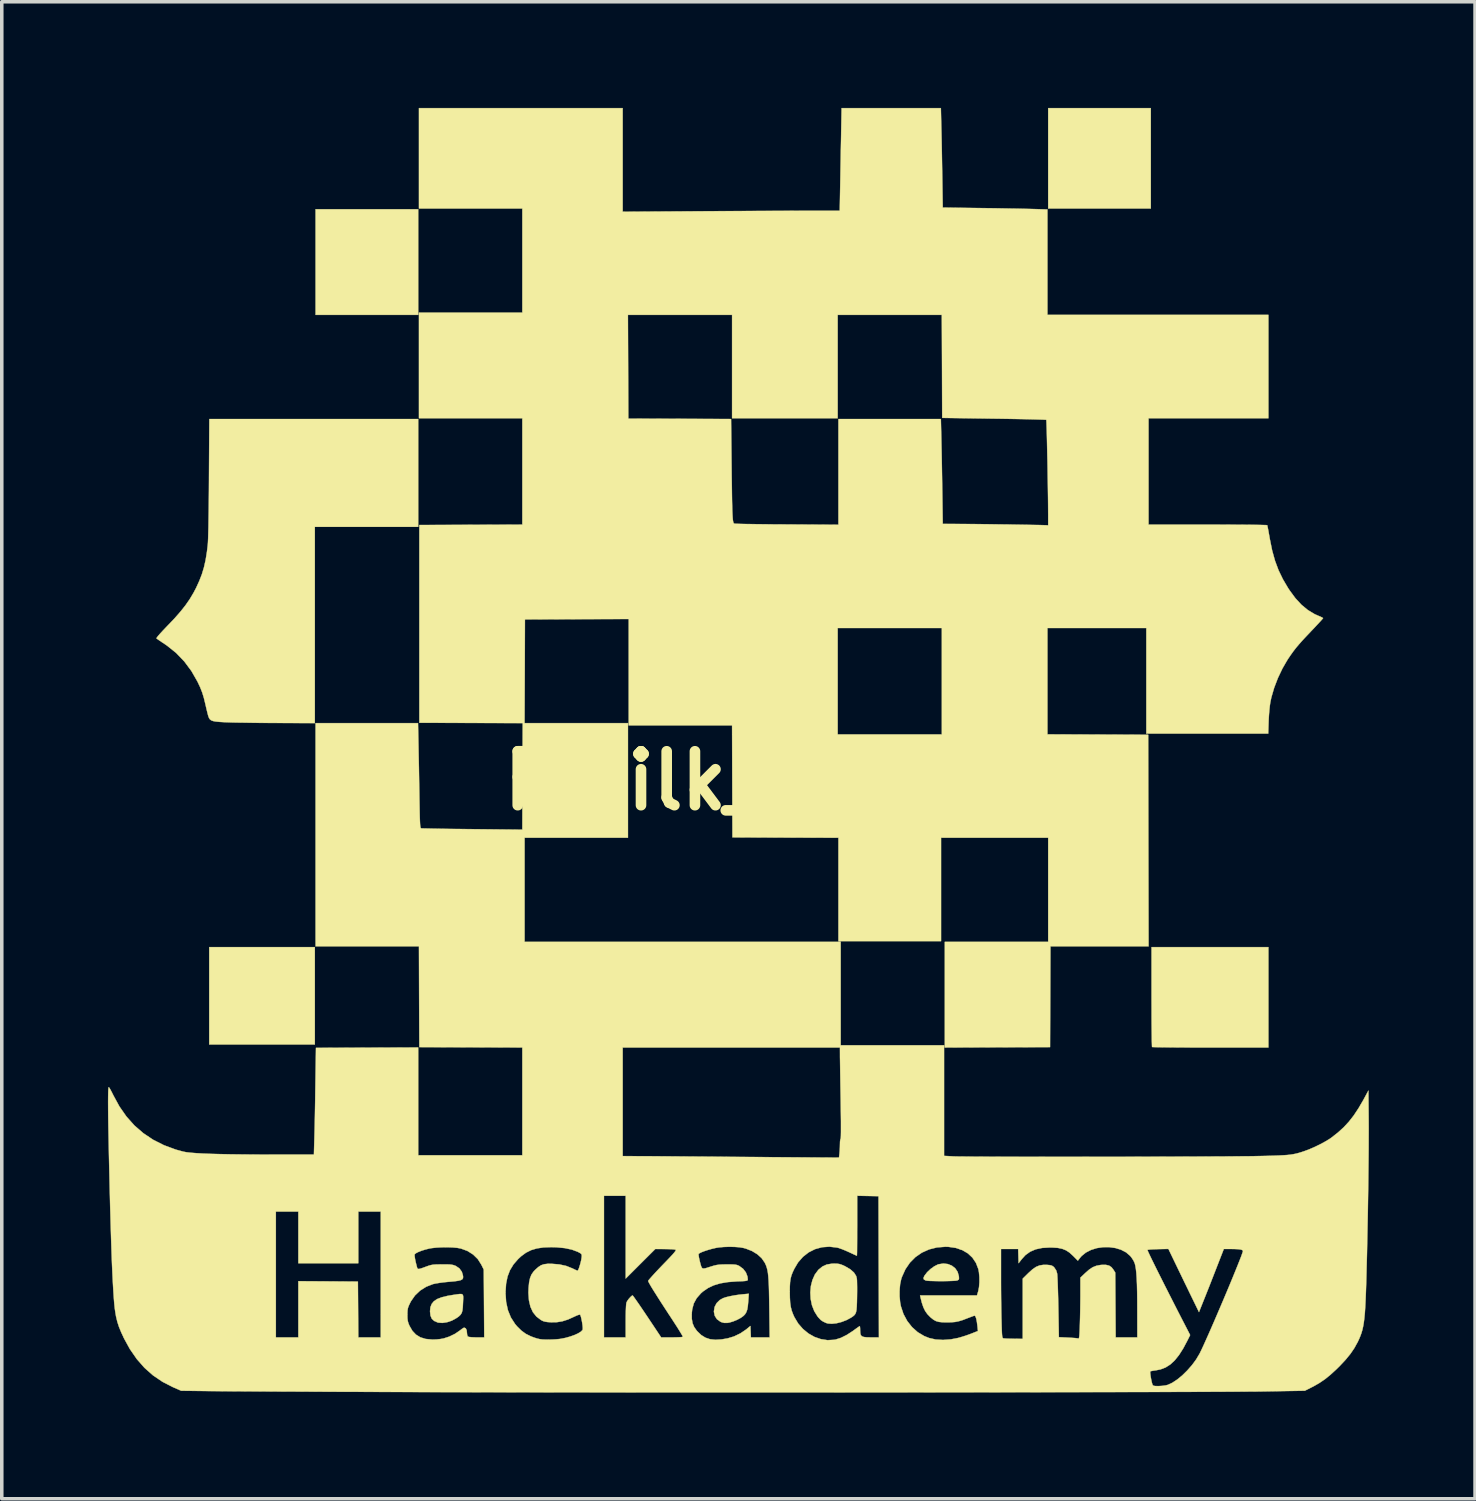
<source format=kicad_pcb>
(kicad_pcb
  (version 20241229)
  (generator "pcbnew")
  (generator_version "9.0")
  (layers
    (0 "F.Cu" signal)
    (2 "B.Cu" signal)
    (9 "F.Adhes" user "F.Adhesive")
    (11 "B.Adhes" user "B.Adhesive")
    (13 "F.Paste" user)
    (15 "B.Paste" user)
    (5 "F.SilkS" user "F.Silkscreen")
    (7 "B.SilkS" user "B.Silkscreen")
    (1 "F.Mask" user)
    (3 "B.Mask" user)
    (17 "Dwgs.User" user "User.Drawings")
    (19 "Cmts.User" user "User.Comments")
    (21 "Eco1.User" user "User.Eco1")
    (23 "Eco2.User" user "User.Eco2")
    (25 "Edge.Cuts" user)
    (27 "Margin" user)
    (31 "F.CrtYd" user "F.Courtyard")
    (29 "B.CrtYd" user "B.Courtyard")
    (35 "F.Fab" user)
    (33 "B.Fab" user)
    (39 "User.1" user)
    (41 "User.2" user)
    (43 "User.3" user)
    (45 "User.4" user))
  (footprint "F.Silk_g936"
    (layer "F.Cu")
    (at 17.784 19.013)
    (property "Reference" "F.Silk_g936" (at 0 0 0) (layer "F.SilkS") (effects (font (size 1.524 1.524) (thickness 0.3))))
    (attr through_hole)
    (fp_poly (pts (xy -11.938 7.451) (xy -14.922 7.451) (xy -14.922 4.699) (xy -11.938 4.699) (xy -11.938 7.451)) (stroke (width 0.01) (type solid)) (fill yes) (layer "F.SilkS"))
    (fp_poly (pts (xy -9.017 -13.166) (xy -11.917 -13.166) (xy -11.917 -16.15) (xy -9.017 -16.15) (xy -9.017 -13.166)) (stroke (width 0.01) (type solid)) (fill yes) (layer "F.SilkS"))
    (fp_poly (pts (xy 11.684 -16.171) (xy 8.784 -16.171) (xy 8.784 -19.008) (xy 11.684 -19.008) (xy 11.684 -16.171)) (stroke (width 0.01) (type solid)) (fill yes) (layer "F.SilkS"))
    (fp_poly (pts (xy 15.007 7.535) (xy 13.37 7.535) (xy 13.111 7.535) (xy 12.864 7.535) (xy 12.632 7.534) (xy 12.419 7.533) (xy 12.228 7.531) (xy 12.063 7.53) (xy 11.926 7.528) (xy 11.822 7.526) (xy 11.752 7.524) (xy 11.721 7.522) (xy 11.719 7.521) (xy 11.717 7.498) (xy 11.715 7.436) (xy 11.712 7.339) (xy 11.711 7.21) (xy 11.709 7.053) (xy 11.707 6.871) (xy 11.706 6.668) (xy 11.706 6.448) (xy 11.705 6.213) (xy 11.705 6.103) (xy 11.705 4.699) (xy 15.007 4.699) (xy 15.007 7.535)) (stroke (width 0.01) (type solid)) (fill yes) (layer "F.SilkS"))
    (fp_poly (pts (xy 0.309 14.712) (xy 0.297 14.843) (xy 0.28 14.941) (xy 0.254 15.015) (xy 0.218 15.074) (xy 0.177 15.117) (xy 0.101 15.173) (xy -0.002 15.228) (xy -0.114 15.275) (xy -0.222 15.307) (xy -0.279 15.317) (xy -0.366 15.318) (xy -0.437 15.301) (xy -0.481 15.282) (xy -0.576 15.212) (xy -0.637 15.118) (xy -0.661 15.004) (xy -0.661 14.989) (xy -0.641 14.866) (xy -0.584 14.758) (xy -0.494 14.67) (xy -0.402 14.619) (xy -0.319 14.591) (xy -0.206 14.564) (xy -0.075 14.539) (xy 0.064 14.519) (xy 0.157 14.509) (xy 0.324 14.494) (xy 0.309 14.712)) (stroke (width 0.01) (type solid)) (fill yes) (layer "F.SilkS"))
    (fp_poly (pts (xy 5.95 13.655) (xy 6.063 13.701) (xy 6.157 13.775) (xy 6.224 13.874) (xy 6.259 13.994) (xy 6.26 14.001) (xy 6.264 14.061) (xy 6.256 14.093) (xy 6.23 14.111) (xy 6.214 14.118) (xy 6.173 14.125) (xy 6.099 14.13) (xy 6 14.134) (xy 5.885 14.137) (xy 5.761 14.138) (xy 5.638 14.137) (xy 5.524 14.134) (xy 5.427 14.131) (xy 5.356 14.125) (xy 5.32 14.118) (xy 5.272 14.09) (xy 5.26 14.052) (xy 5.282 13.996) (xy 5.291 13.981) (xy 5.364 13.886) (xy 5.459 13.796) (xy 5.564 13.72) (xy 5.664 13.669) (xy 5.687 13.661) (xy 5.823 13.64) (xy 5.95 13.655)) (stroke (width 0.01) (type solid)) (fill yes) (layer "F.SilkS"))
    (fp_poly (pts (xy -7.794 14.502) (xy -7.761 14.518) (xy -7.747 14.555) (xy -7.745 14.616) (xy -7.749 14.706) (xy -7.751 14.75) (xy -7.757 14.875) (xy -7.768 14.967) (xy -7.787 15.035) (xy -7.82 15.087) (xy -7.869 15.134) (xy -7.939 15.183) (xy -7.943 15.186) (xy -8.068 15.254) (xy -8.201 15.298) (xy -8.331 15.318) (xy -8.445 15.31) (xy -8.468 15.305) (xy -8.567 15.261) (xy -8.633 15.199) (xy -8.67 15.111) (xy -8.683 14.993) (xy -8.683 14.986) (xy -8.672 14.875) (xy -8.636 14.782) (xy -8.574 14.706) (xy -8.482 14.644) (xy -8.355 14.595) (xy -8.193 14.555) (xy -8.059 14.532) (xy -7.936 14.513) (xy -7.85 14.502) (xy -7.794 14.502)) (stroke (width 0.01) (type solid)) (fill yes) (layer "F.SilkS"))
    (fp_poly (pts (xy 2.818 13.644) (xy 2.885 13.654) (xy 2.951 13.675) (xy 3.032 13.711) (xy 3.052 13.721) (xy 3.194 13.805) (xy 3.296 13.895) (xy 3.358 13.992) (xy 3.376 14.061) (xy 3.381 14.111) (xy 3.383 14.195) (xy 3.385 14.305) (xy 3.385 14.432) (xy 3.383 14.568) (xy 3.383 14.577) (xy 3.38 14.733) (xy 3.375 14.854) (xy 3.368 14.945) (xy 3.355 15.012) (xy 3.335 15.062) (xy 3.306 15.1) (xy 3.267 15.133) (xy 3.216 15.167) (xy 3.212 15.17) (xy 3.081 15.24) (xy 2.941 15.293) (xy 2.801 15.328) (xy 2.67 15.342) (xy 2.558 15.334) (xy 2.508 15.319) (xy 2.423 15.279) (xy 2.358 15.235) (xy 2.298 15.172) (xy 2.266 15.133) (xy 2.175 14.987) (xy 2.11 14.821) (xy 2.073 14.642) (xy 2.063 14.458) (xy 2.079 14.276) (xy 2.123 14.105) (xy 2.192 13.95) (xy 2.288 13.821) (xy 2.297 13.812) (xy 2.406 13.724) (xy 2.525 13.669) (xy 2.666 13.645) (xy 2.732 13.642) (xy 2.818 13.644)) (stroke (width 0.01) (type solid)) (fill yes) (layer "F.SilkS"))
    (fp_poly (pts (xy -9.017 -7.176) (xy -11.938 -7.176) (xy -11.938 -1.63) (xy -12.917 -1.634) (xy -13.136 -1.635) (xy -13.359 -1.636) (xy -13.578 -1.638) (xy -13.786 -1.641) (xy -13.977 -1.644) (xy -14.143 -1.646) (xy -14.277 -1.649) (xy -14.33 -1.651) (xy -14.501 -1.657) (xy -14.635 -1.665) (xy -14.737 -1.675) (xy -14.812 -1.689) (xy -14.866 -1.709) (xy -14.902 -1.737) (xy -14.927 -1.774) (xy -14.946 -1.822) (xy -14.953 -1.845) (xy -14.972 -1.918) (xy -14.996 -2.016) (xy -15.02 -2.12) (xy -15.028 -2.156) (xy -15.072 -2.338) (xy -15.12 -2.495) (xy -15.178 -2.643) (xy -15.252 -2.8) (xy -15.253 -2.802) (xy -15.426 -3.104) (xy -15.627 -3.374) (xy -15.855 -3.611) (xy -16.11 -3.816) (xy -16.164 -3.854) (xy -16.252 -3.912) (xy -16.327 -3.963) (xy -16.383 -4.002) (xy -16.412 -4.023) (xy -16.413 -4.024) (xy -16.405 -4.044) (xy -16.37 -4.09) (xy -16.31 -4.159) (xy -16.23 -4.246) (xy -16.132 -4.349) (xy -16.106 -4.376) (xy -15.906 -4.585) (xy -15.737 -4.778) (xy -15.594 -4.958) (xy -15.472 -5.134) (xy -15.366 -5.312) (xy -15.293 -5.45) (xy -15.203 -5.648) (xy -15.129 -5.838) (xy -15.071 -6.031) (xy -15.024 -6.238) (xy -14.987 -6.468) (xy -14.963 -6.668) (xy -14.958 -6.734) (xy -14.953 -6.84) (xy -14.949 -6.984) (xy -14.944 -7.164) (xy -14.941 -7.377) (xy -14.937 -7.622) (xy -14.934 -7.895) (xy -14.931 -8.196) (xy -14.929 -8.522) (xy -14.929 -8.557) (xy -14.919 -10.223) (xy -9.017 -10.223) (xy -9.017 -7.176)) (stroke (width 0.01) (type solid)) (fill yes) (layer "F.SilkS"))
    (fp_poly (pts (xy -3.239 -16.08) (xy -1 -16.094) (xy -0.675 -16.096) (xy -0.347 -16.098) (xy -0.021 -16.099) (xy 0.299 -16.101) (xy 0.609 -16.103) (xy 0.904 -16.104) (xy 1.18 -16.105) (xy 1.433 -16.106) (xy 1.658 -16.107) (xy 1.852 -16.108) (xy 2.009 -16.108) (xy 2.066 -16.108) (xy 2.894 -16.108) (xy 2.908 -16.854) (xy 2.912 -17.072) (xy 2.916 -17.315) (xy 2.921 -17.57) (xy 2.925 -17.825) (xy 2.93 -18.065) (xy 2.934 -18.278) (xy 2.934 -18.304) (xy 2.947 -19.008) (xy 5.752 -19.008) (xy 5.765 -18.452) (xy 5.769 -18.298) (xy 5.773 -18.11) (xy 5.777 -17.9) (xy 5.781 -17.674) (xy 5.785 -17.444) (xy 5.789 -17.219) (xy 5.792 -17.047) (xy 5.805 -16.198) (xy 6.834 -16.184) (xy 7.059 -16.181) (xy 7.286 -16.178) (xy 7.511 -16.174) (xy 7.724 -16.17) (xy 7.921 -16.167) (xy 8.094 -16.163) (xy 8.236 -16.16) (xy 8.313 -16.158) (xy 8.763 -16.145) (xy 8.763 -13.166) (xy 15.007 -13.166) (xy 15.007 -10.245) (xy 11.62 -10.245) (xy 11.62 -7.239) (xy 13.291 -7.239) (xy 13.554 -7.239) (xy 13.803 -7.238) (xy 14.037 -7.237) (xy 14.253 -7.236) (xy 14.446 -7.234) (xy 14.614 -7.233) (xy 14.754 -7.231) (xy 14.862 -7.228) (xy 14.935 -7.226) (xy 14.97 -7.223) (xy 14.973 -7.222) (xy 14.979 -7.197) (xy 14.992 -7.137) (xy 15.009 -7.049) (xy 15.028 -6.94) (xy 15.048 -6.828) (xy 15.113 -6.506) (xy 15.194 -6.216) (xy 15.294 -5.948) (xy 15.417 -5.694) (xy 15.565 -5.443) (xy 15.602 -5.387) (xy 15.768 -5.161) (xy 15.94 -4.975) (xy 16.12 -4.826) (xy 16.31 -4.711) (xy 16.411 -4.666) (xy 16.48 -4.637) (xy 16.53 -4.612) (xy 16.552 -4.597) (xy 16.552 -4.596) (xy 16.538 -4.578) (xy 16.499 -4.533) (xy 16.438 -4.467) (xy 16.36 -4.383) (xy 16.27 -4.287) (xy 16.207 -4.221) (xy 16.07 -4.076) (xy 15.957 -3.955) (xy 15.864 -3.849) (xy 15.784 -3.754) (xy 15.713 -3.662) (xy 15.645 -3.567) (xy 15.574 -3.463) (xy 15.548 -3.424) (xy 15.405 -3.178) (xy 15.277 -2.909) (xy 15.17 -2.631) (xy 15.09 -2.356) (xy 15.06 -2.212) (xy 15.047 -2.121) (xy 15.034 -2.002) (xy 15.023 -1.866) (xy 15.015 -1.729) (xy 15.013 -1.677) (xy 15.001 -1.333) (xy 11.557 -1.333) (xy 11.557 -4.318) (xy 8.763 -4.318) (xy 8.763 -1.313) (xy 11.61 -1.302) (xy 11.615 1.688) (xy 11.621 4.678) (xy 8.848 4.678) (xy 8.843 6.101) (xy 8.837 7.525) (xy 7.35 7.53) (xy 5.863 7.536) (xy 5.863 4.551) (xy 8.784 4.551) (xy 8.784 1.609) (xy 5.757 1.609) (xy 5.757 4.53) (xy 2.857 4.53) (xy 2.857 1.609) (xy 1.36 1.604) (xy -0.138 1.598) (xy -0.143 0.016) (xy -0.148 -1.566) (xy -3.069 -1.566) (xy -3.069 -4.318) (xy 2.836 -4.318) (xy 2.836 -1.312) (xy 5.779 -1.312) (xy 5.779 -4.318) (xy 2.836 -4.318) (xy -3.069 -4.318) (xy -3.069 -4.572) (xy -4.535 -4.567) (xy -6.001 -4.561) (xy -6.006 -3.096) (xy -6.012 -1.63) (xy -3.09 -1.63) (xy -3.09 1.609) (xy -6.011 1.609) (xy -6.011 4.551) (xy 2.921 4.551) (xy 2.921 7.472) (xy 5.842 7.472) (xy 5.842 10.598) (xy 6.099 10.612) (xy 6.158 10.614) (xy 6.256 10.616) (xy 6.391 10.617) (xy 6.561 10.619) (xy 6.762 10.62) (xy 6.993 10.621) (xy 7.251 10.622) (xy 7.533 10.623) (xy 7.836 10.623) (xy 8.159 10.624) (xy 8.497 10.624) (xy 8.85 10.625) (xy 9.213 10.625) (xy 9.585 10.625) (xy 9.963 10.624) (xy 10.344 10.624) (xy 10.726 10.624) (xy 11.106 10.623) (xy 11.481 10.622) (xy 11.85 10.621) (xy 12.208 10.62) (xy 12.555 10.619) (xy 12.886 10.618) (xy 13.2 10.617) (xy 13.494 10.615) (xy 13.765 10.614) (xy 14.011 10.612) (xy 14.229 10.61) (xy 14.416 10.609) (xy 14.571 10.607) (xy 14.689 10.604) (xy 14.7 10.604) (xy 14.931 10.599) (xy 15.124 10.594) (xy 15.285 10.588) (xy 15.419 10.581) (xy 15.531 10.574) (xy 15.626 10.564) (xy 15.708 10.551) (xy 15.784 10.536) (xy 15.857 10.517) (xy 15.934 10.494) (xy 16.013 10.468) (xy 16.151 10.417) (xy 16.304 10.351) (xy 16.459 10.276) (xy 16.604 10.198) (xy 16.728 10.124) (xy 16.785 10.085) (xy 16.971 9.939) (xy 17.134 9.791) (xy 17.282 9.631) (xy 17.42 9.454) (xy 17.554 9.251) (xy 17.691 9.016) (xy 17.719 8.964) (xy 17.833 8.752) (xy 17.84 9.599) (xy 17.841 9.826) (xy 17.84 10.09) (xy 17.839 10.387) (xy 17.836 10.713) (xy 17.832 11.061) (xy 17.828 11.428) (xy 17.822 11.808) (xy 17.816 12.197) (xy 17.808 12.591) (xy 17.8 12.984) (xy 17.792 13.371) (xy 17.782 13.748) (xy 17.779 13.875) (xy 17.771 14.177) (xy 17.762 14.44) (xy 17.753 14.669) (xy 17.743 14.867) (xy 17.732 15.037) (xy 17.718 15.183) (xy 17.702 15.31) (xy 17.683 15.42) (xy 17.661 15.518) (xy 17.635 15.607) (xy 17.604 15.691) (xy 17.569 15.774) (xy 17.529 15.86) (xy 17.526 15.864) (xy 17.434 16.031) (xy 17.322 16.195) (xy 17.185 16.362) (xy 17.019 16.539) (xy 16.918 16.638) (xy 16.755 16.787) (xy 16.604 16.909) (xy 16.451 17.013) (xy 16.286 17.108) (xy 16.215 17.144) (xy 16.037 17.234) (xy 14.924 17.253) (xy 14.803 17.255) (xy 14.64 17.257) (xy 14.439 17.258) (xy 14.2 17.26) (xy 13.924 17.261) (xy 13.615 17.263) (xy 13.272 17.264) (xy 12.898 17.266) (xy 12.494 17.267) (xy 12.062 17.269) (xy 11.603 17.27) (xy 11.119 17.271) (xy 10.611 17.272) (xy 10.082 17.273) (xy 9.532 17.274) (xy 8.963 17.275) (xy 8.377 17.276) (xy 7.775 17.277) (xy 7.158 17.278) (xy 6.53 17.279) (xy 5.89 17.279) (xy 5.241 17.28) (xy 4.584 17.281) (xy 3.92 17.281) (xy 3.252 17.281) (xy 2.58 17.282) (xy 1.907 17.282) (xy 1.234 17.282) (xy 0.562 17.282) (xy -0.107 17.282) (xy -0.771 17.282) (xy -1.429 17.282) (xy -2.08 17.282) (xy -2.721 17.282) (xy -3.351 17.281) (xy -3.969 17.281) (xy -4.573 17.28) (xy -5.161 17.28) (xy -5.732 17.279) (xy -6.285 17.278) (xy -6.817 17.277) (xy -7.328 17.276) (xy -7.815 17.275) (xy -8.277 17.274) (xy -8.713 17.273) (xy -8.975 17.272) (xy -9.445 17.27) (xy -9.912 17.269) (xy -10.371 17.267) (xy -10.821 17.265) (xy -11.26 17.264) (xy -11.685 17.262) (xy -12.094 17.26) (xy -12.485 17.258) (xy -12.856 17.257) (xy -13.203 17.255) (xy -13.526 17.253) (xy -13.821 17.252) (xy -14.087 17.25) (xy -14.32 17.249) (xy -14.52 17.248) (xy -14.683 17.246) (xy -14.807 17.245) (xy -14.859 17.245) (xy -15.716 17.234) (xy -15.949 17.132) (xy -16.242 16.982) (xy -16.509 16.801) (xy -16.751 16.587) (xy -16.968 16.34) (xy -17.164 16.057) (xy -17.322 15.769) (xy -17.406 15.591) (xy -17.47 15.436) (xy -17.518 15.289) (xy -17.554 15.14) (xy -17.577 15.007) (xy -17.592 14.9) (xy -17.606 14.765) (xy -17.619 14.6) (xy -17.632 14.404) (xy -17.645 14.177) (xy -17.658 13.917) (xy -17.671 13.623) (xy -17.683 13.294) (xy -17.695 12.929) (xy -17.707 12.527) (xy -17.717 12.171) (xy -13.039 12.171) (xy -13.039 15.727) (xy -12.404 15.727) (xy -12.404 14.139) (xy -11.562 14.144) (xy -10.721 14.15) (xy -10.715 14.938) (xy -10.71 15.727) (xy -10.075 15.727) (xy -10.075 15.089) (xy -9.323 15.089) (xy -9.321 15.188) (xy -9.312 15.262) (xy -9.294 15.327) (xy -9.264 15.399) (xy -9.182 15.541) (xy -9.08 15.649) (xy -8.957 15.725) (xy -8.807 15.771) (xy -8.627 15.788) (xy -8.604 15.789) (xy -8.5 15.785) (xy -8.392 15.774) (xy -8.302 15.758) (xy -8.138 15.705) (xy -7.976 15.626) (xy -7.837 15.531) (xy -7.834 15.528) (xy -7.779 15.486) (xy -7.735 15.458) (xy -7.717 15.452) (xy -7.674 15.471) (xy -7.648 15.525) (xy -7.641 15.589) (xy -7.635 15.65) (xy -7.621 15.695) (xy -7.616 15.701) (xy -7.579 15.715) (xy -7.503 15.723) (xy -7.39 15.727) (xy -7.371 15.727) (xy -7.151 15.727) (xy -7.158 14.769) (xy -7.16 14.467) (xy -6.55 14.467) (xy -6.533 14.725) (xy -6.483 14.957) (xy -6.398 15.166) (xy -6.279 15.35) (xy -6.223 15.416) (xy -6.101 15.536) (xy -5.978 15.626) (xy -5.837 15.696) (xy -5.748 15.73) (xy -5.658 15.759) (xy -5.579 15.777) (xy -5.496 15.787) (xy -5.391 15.79) (xy -5.355 15.79) (xy -5.244 15.788) (xy -5.13 15.782) (xy -5.032 15.773) (xy -4.995 15.768) (xy -4.856 15.741) (xy -4.721 15.703) (xy -4.6 15.66) (xy -4.497 15.613) (xy -4.42 15.565) (xy -4.375 15.519) (xy -4.369 15.503) (xy -4.367 15.459) (xy -4.373 15.389) (xy -4.385 15.306) (xy -4.401 15.221) (xy -4.418 15.148) (xy -4.435 15.098) (xy -4.442 15.086) (xy -4.469 15.086) (xy -4.524 15.103) (xy -4.596 15.136) (xy -4.607 15.141) (xy -4.783 15.221) (xy -4.943 15.272) (xy -5.097 15.297) (xy -5.257 15.3) (xy -5.359 15.294) (xy -5.431 15.283) (xy -5.489 15.266) (xy -5.544 15.238) (xy -5.549 15.235) (xy -5.677 15.138) (xy -5.776 15.014) (xy -5.846 14.861) (xy -5.888 14.679) (xy -5.903 14.466) (xy -5.898 14.33) (xy -5.883 14.175) (xy -5.857 14.053) (xy -5.817 13.953) (xy -5.759 13.869) (xy -5.713 13.82) (xy -5.625 13.741) (xy -5.546 13.689) (xy -5.461 13.66) (xy -5.36 13.648) (xy -5.253 13.647) (xy -5.031 13.665) (xy -4.837 13.707) (xy -4.664 13.776) (xy -4.657 13.779) (xy -4.59 13.812) (xy -4.538 13.835) (xy -4.512 13.843) (xy -4.497 13.824) (xy -4.476 13.774) (xy -4.453 13.704) (xy -4.43 13.623) (xy -4.411 13.543) (xy -4.4 13.474) (xy -4.397 13.451) (xy -4.396 13.404) (xy -4.406 13.373) (xy -4.436 13.348) (xy -4.493 13.317) (xy -4.508 13.309) (xy -4.674 13.247) (xy -4.875 13.204) (xy -5.108 13.181) (xy -5.26 13.177) (xy -5.478 13.185) (xy -5.664 13.213) (xy -5.826 13.261) (xy -5.972 13.334) (xy -6.108 13.434) (xy -6.193 13.513) (xy -6.325 13.665) (xy -6.424 13.828) (xy -6.493 14.008) (xy -6.534 14.211) (xy -6.549 14.443) (xy -6.55 14.467) (xy -7.16 14.467) (xy -7.165 13.81) (xy -7.234 13.671) (xy -7.333 13.515) (xy -7.465 13.386) (xy -7.624 13.285) (xy -7.808 13.217) (xy -7.811 13.216) (xy -7.914 13.197) (xy -8.047 13.185) (xy -8.198 13.18) (xy -8.356 13.182) (xy -8.507 13.19) (xy -8.64 13.205) (xy -8.702 13.216) (xy -8.818 13.245) (xy -8.925 13.279) (xy -9.016 13.315) (xy -9.082 13.349) (xy -9.116 13.38) (xy -9.119 13.386) (xy -9.118 13.43) (xy -9.107 13.506) (xy -9.087 13.604) (xy -9.059 13.715) (xy -9.057 13.723) (xy -9.046 13.762) (xy -9.032 13.785) (xy -9.008 13.794) (xy -8.968 13.788) (xy -8.903 13.768) (xy -8.807 13.733) (xy -8.784 13.724) (xy -8.715 13.7) (xy -8.654 13.683) (xy -8.591 13.672) (xy -8.514 13.667) (xy -8.413 13.665) (xy -8.34 13.664) (xy -8.219 13.664) (xy -8.131 13.667) (xy -8.067 13.674) (xy -8.017 13.685) (xy -7.971 13.702) (xy -7.954 13.709) (xy -7.854 13.777) (xy -7.785 13.872) (xy -7.755 13.968) (xy -7.748 14.019) (xy -7.753 14.059) (xy -7.774 14.088) (xy -7.816 14.11) (xy -7.884 14.127) (xy -7.984 14.141) (xy -8.119 14.154) (xy -8.171 14.158) (xy -8.292 14.17) (xy -8.412 14.186) (xy -8.517 14.203) (xy -8.594 14.22) (xy -8.597 14.22) (xy -8.789 14.295) (xy -8.961 14.403) (xy -9.107 14.541) (xy -9.222 14.706) (xy -9.244 14.749) (xy -9.283 14.831) (xy -9.307 14.896) (xy -9.318 14.961) (xy -9.322 15.043) (xy -9.323 15.089) (xy -10.075 15.089) (xy -10.075 12.171) (xy -10.71 12.171) (xy -10.71 13.631) (xy -12.404 13.631) (xy -12.404 12.171) (xy -13.039 12.171) (xy -17.717 12.171) (xy -17.72 12.087) (xy -17.729 11.726) (xy -3.768 11.726) (xy -3.768 15.727) (xy -3.154 15.727) (xy -3.154 15.263) (xy -3.153 15.106) (xy -3.15 14.97) (xy -3.145 14.86) (xy -3.139 14.781) (xy -3.131 14.739) (xy -3.131 14.739) (xy -3.106 14.693) (xy -3.066 14.638) (xy -3.021 14.588) (xy -2.981 14.552) (xy -2.959 14.541) (xy -2.944 14.558) (xy -2.908 14.607) (xy -2.855 14.682) (xy -2.786 14.781) (xy -2.706 14.898) (xy -2.617 15.03) (xy -2.547 15.134) (xy -2.152 15.727) (xy -1.85 15.727) (xy -1.741 15.726) (xy -1.649 15.723) (xy -1.58 15.719) (xy -1.542 15.713) (xy -1.538 15.711) (xy -1.546 15.69) (xy -1.576 15.638) (xy -1.623 15.56) (xy -1.684 15.461) (xy -1.758 15.346) (xy -1.841 15.218) (xy -1.854 15.198) (xy -1.951 15.05) (xy -1.287 15.05) (xy -1.286 15.202) (xy -1.265 15.327) (xy -1.219 15.435) (xy -1.146 15.538) (xy -1.128 15.558) (xy -1.019 15.662) (xy -0.901 15.735) (xy -0.77 15.779) (xy -0.62 15.795) (xy -0.446 15.784) (xy -0.275 15.755) (xy -0.093 15.7) (xy 0.088 15.613) (xy 0.252 15.502) (xy 0.265 15.491) (xy 0.37 15.404) (xy 0.377 15.566) (xy 0.383 15.727) (xy 0.915 15.727) (xy 0.904 14.875) (xy 0.9 14.633) (xy 0.896 14.429) (xy 0.896 14.425) (xy 1.482 14.425) (xy 1.485 14.6) (xy 1.493 14.743) (xy 1.51 14.864) (xy 1.537 14.971) (xy 1.576 15.075) (xy 1.612 15.155) (xy 1.72 15.335) (xy 1.854 15.489) (xy 2.01 15.617) (xy 2.181 15.714) (xy 2.363 15.777) (xy 2.55 15.806) (xy 2.738 15.795) (xy 2.777 15.788) (xy 2.928 15.74) (xy 3.094 15.657) (xy 3.268 15.544) (xy 3.296 15.523) (xy 3.365 15.473) (xy 3.42 15.434) (xy 3.454 15.412) (xy 3.46 15.409) (xy 3.466 15.429) (xy 3.47 15.478) (xy 3.471 15.535) (xy 3.475 15.61) (xy 3.489 15.662) (xy 3.52 15.696) (xy 3.575 15.716) (xy 3.659 15.725) (xy 3.779 15.727) (xy 3.783 15.727) (xy 4.001 15.727) (xy 3.998 14.566) (xy 4.585 14.566) (xy 4.601 14.737) (xy 4.622 14.848) (xy 4.695 15.067) (xy 4.801 15.264) (xy 4.936 15.436) (xy 5.096 15.579) (xy 5.28 15.689) (xy 5.42 15.745) (xy 5.606 15.787) (xy 5.814 15.799) (xy 6.036 15.782) (xy 6.234 15.744) (xy 6.333 15.716) (xy 6.451 15.679) (xy 6.567 15.638) (xy 6.601 15.625) (xy 6.799 15.547) (xy 6.785 15.409) (xy 6.77 15.293) (xy 6.752 15.201) (xy 6.731 15.139) (xy 6.71 15.113) (xy 6.707 15.113) (xy 6.678 15.12) (xy 6.62 15.141) (xy 6.544 15.17) (xy 6.501 15.186) (xy 6.369 15.237) (xy 6.259 15.27) (xy 6.156 15.291) (xy 6.045 15.3) (xy 5.927 15.303) (xy 5.795 15.3) (xy 5.694 15.289) (xy 5.614 15.266) (xy 5.543 15.227) (xy 5.471 15.17) (xy 5.452 15.153) (xy 5.372 15.071) (xy 5.309 14.982) (xy 5.258 14.877) (xy 5.214 14.748) (xy 5.177 14.6) (xy 5.164 14.541) (xy 6.772 14.541) (xy 6.808 14.42) (xy 6.83 14.306) (xy 6.841 14.167) (xy 6.84 14.021) (xy 6.827 13.883) (xy 6.81 13.795) (xy 6.743 13.622) (xy 6.644 13.474) (xy 6.515 13.353) (xy 6.358 13.261) (xy 6.264 13.229) (xy 7.451 13.229) (xy 7.451 13.977) (xy 7.451 14.181) (xy 7.452 14.397) (xy 7.454 14.616) (xy 7.457 14.827) (xy 7.46 15.02) (xy 7.463 15.185) (xy 7.465 15.236) (xy 7.469 15.395) (xy 7.473 15.518) (xy 7.477 15.608) (xy 7.482 15.671) (xy 7.488 15.713) (xy 7.496 15.737) (xy 7.506 15.749) (xy 7.519 15.754) (xy 7.523 15.755) (xy 7.561 15.758) (xy 7.631 15.762) (xy 7.723 15.765) (xy 7.816 15.766) (xy 8.065 15.769) (xy 8.065 14.067) (xy 8.229 13.905) (xy 8.341 13.804) (xy 8.441 13.735) (xy 8.541 13.694) (xy 8.648 13.677) (xy 8.755 13.678) (xy 8.835 13.686) (xy 8.889 13.7) (xy 8.931 13.727) (xy 8.954 13.749) (xy 9.011 13.835) (xy 9.036 13.917) (xy 9.041 13.961) (xy 9.046 14.043) (xy 9.051 14.156) (xy 9.056 14.296) (xy 9.061 14.457) (xy 9.066 14.634) (xy 9.07 14.823) (xy 9.071 14.872) (xy 9.086 15.721) (xy 9.343 15.733) (xy 9.445 15.739) (xy 9.534 15.745) (xy 9.6 15.752) (xy 9.633 15.758) (xy 9.644 15.759) (xy 9.653 15.746) (xy 9.66 15.717) (xy 9.666 15.664) (xy 9.671 15.584) (xy 9.676 15.471) (xy 9.68 15.342) (xy 9.685 15.171) (xy 9.689 14.977) (xy 9.692 14.775) (xy 9.694 14.586) (xy 9.694 14.476) (xy 9.694 14.04) (xy 9.827 13.913) (xy 9.939 13.814) (xy 10.041 13.746) (xy 10.144 13.704) (xy 10.257 13.682) (xy 10.299 13.678) (xy 10.417 13.678) (xy 10.505 13.699) (xy 10.573 13.744) (xy 10.629 13.816) (xy 10.679 13.896) (xy 10.685 14.811) (xy 10.691 15.727) (xy 11.303 15.727) (xy 11.302 14.981) (xy 11.301 14.693) (xy 11.298 14.444) (xy 11.293 14.232) (xy 11.285 14.055) (xy 11.275 13.908) (xy 11.262 13.79) (xy 11.246 13.698) (xy 11.229 13.631) (xy 11.194 13.555) (xy 11.14 13.472) (xy 11.101 13.424) (xy 10.985 13.324) (xy 10.851 13.254) (xy 11.588 13.254) (xy 11.595 13.275) (xy 11.62 13.331) (xy 11.661 13.419) (xy 11.718 13.537) (xy 11.789 13.681) (xy 11.872 13.849) (xy 11.967 14.038) (xy 12.071 14.245) (xy 12.184 14.468) (xy 12.304 14.704) (xy 12.429 14.95) (xy 12.559 15.203) (xy 12.684 15.445) (xy 12.795 15.661) (xy 12.724 15.805) (xy 12.603 16.033) (xy 12.483 16.222) (xy 12.362 16.374) (xy 12.236 16.491) (xy 12.103 16.576) (xy 11.96 16.631) (xy 11.831 16.657) (xy 11.755 16.668) (xy 11.697 16.679) (xy 11.669 16.688) (xy 11.668 16.688) (xy 11.666 16.713) (xy 11.671 16.768) (xy 11.681 16.841) (xy 11.695 16.919) (xy 11.711 16.992) (xy 11.726 17.047) (xy 11.729 17.055) (xy 11.741 17.08) (xy 11.764 17.094) (xy 11.806 17.101) (xy 11.877 17.103) (xy 11.905 17.103) (xy 12.007 17.097) (xy 12.105 17.083) (xy 12.165 17.068) (xy 12.292 17.009) (xy 12.43 16.918) (xy 12.573 16.801) (xy 12.713 16.663) (xy 12.845 16.513) (xy 12.962 16.355) (xy 13.057 16.196) (xy 13.07 16.171) (xy 13.115 16.079) (xy 13.171 15.959) (xy 13.236 15.814) (xy 13.31 15.649) (xy 13.39 15.467) (xy 13.475 15.272) (xy 13.563 15.067) (xy 13.653 14.857) (xy 13.743 14.646) (xy 13.831 14.437) (xy 13.916 14.234) (xy 13.996 14.04) (xy 14.069 13.861) (xy 14.135 13.698) (xy 14.191 13.557) (xy 14.236 13.442) (xy 14.267 13.355) (xy 14.285 13.301) (xy 14.287 13.286) (xy 14.274 13.263) (xy 14.231 13.246) (xy 14.155 13.235) (xy 14.043 13.23) (xy 13.951 13.229) (xy 13.747 13.229) (xy 13.547 13.742) (xy 13.482 13.909) (xy 13.412 14.088) (xy 13.342 14.268) (xy 13.275 14.436) (xy 13.217 14.582) (xy 13.196 14.634) (xy 13.045 15.012) (xy 12.856 14.623) (xy 12.79 14.488) (xy 12.712 14.326) (xy 12.626 14.15) (xy 12.54 13.971) (xy 12.457 13.8) (xy 12.424 13.731) (xy 12.181 13.227) (xy 11.892 13.233) (xy 11.785 13.237) (xy 11.694 13.241) (xy 11.627 13.247) (xy 11.591 13.253) (xy 11.588 13.254) (xy 10.851 13.254) (xy 10.842 13.25) (xy 10.681 13.201) (xy 10.508 13.177) (xy 10.332 13.178) (xy 10.158 13.204) (xy 9.995 13.255) (xy 9.85 13.329) (xy 9.729 13.427) (xy 9.684 13.479) (xy 9.623 13.56) (xy 9.484 13.42) (xy 9.386 13.331) (xy 9.289 13.267) (xy 9.182 13.224) (xy 9.057 13.198) (xy 8.905 13.188) (xy 8.828 13.187) (xy 8.615 13.199) (xy 8.432 13.238) (xy 8.276 13.305) (xy 8.142 13.401) (xy 8.039 13.514) (xy 7.948 13.631) (xy 7.942 13.43) (xy 7.936 13.229) (xy 7.451 13.229) (xy 6.264 13.229) (xy 6.176 13.199) (xy 5.97 13.169) (xy 5.882 13.166) (xy 5.641 13.185) (xy 5.418 13.241) (xy 5.214 13.333) (xy 5.033 13.458) (xy 4.877 13.615) (xy 4.75 13.801) (xy 4.653 14.015) (xy 4.632 14.076) (xy 4.601 14.22) (xy 4.585 14.388) (xy 4.585 14.566) (xy 3.998 14.566) (xy 3.995 13.732) (xy 3.99 11.737) (xy 3.688 11.731) (xy 3.387 11.725) (xy 3.387 12.572) (xy 3.386 12.757) (xy 3.386 12.928) (xy 3.385 13.08) (xy 3.384 13.21) (xy 3.383 13.312) (xy 3.381 13.383) (xy 3.379 13.417) (xy 3.379 13.42) (xy 3.358 13.411) (xy 3.306 13.388) (xy 3.233 13.354) (xy 3.151 13.316) (xy 3.05 13.271) (xy 2.95 13.231) (xy 2.865 13.201) (xy 2.819 13.189) (xy 2.602 13.164) (xy 2.393 13.179) (xy 2.197 13.233) (xy 2.016 13.324) (xy 1.855 13.45) (xy 1.716 13.609) (xy 1.613 13.783) (xy 1.563 13.888) (xy 1.528 13.98) (xy 1.505 14.069) (xy 1.491 14.167) (xy 1.484 14.285) (xy 1.482 14.425) (xy 0.896 14.425) (xy 0.891 14.259) (xy 0.884 14.118) (xy 0.875 14.002) (xy 0.865 13.906) (xy 0.851 13.827) (xy 0.834 13.76) (xy 0.814 13.7) (xy 0.789 13.644) (xy 0.775 13.615) (xy 0.688 13.489) (xy 0.566 13.378) (xy 0.415 13.286) (xy 0.238 13.217) (xy 0.166 13.198) (xy 0.057 13.18) (xy -0.079 13.17) (xy -0.23 13.167) (xy -0.38 13.172) (xy -0.517 13.184) (xy -0.603 13.198) (xy -0.715 13.224) (xy -0.825 13.255) (xy -0.926 13.288) (xy -1.01 13.32) (xy -1.069 13.349) (xy -1.094 13.37) (xy -1.094 13.403) (xy -1.085 13.466) (xy -1.067 13.548) (xy -1.056 13.595) (xy -1.033 13.683) (xy -1.013 13.741) (xy -0.989 13.773) (xy -0.951 13.782) (xy -0.893 13.772) (xy -0.807 13.745) (xy -0.741 13.724) (xy -0.655 13.698) (xy -0.579 13.681) (xy -0.5 13.671) (xy -0.404 13.666) (xy -0.296 13.665) (xy -0.182 13.665) (xy -0.1 13.668) (xy -0.041 13.674) (xy 0.004 13.686) (xy 0.045 13.704) (xy 0.056 13.71) (xy 0.163 13.789) (xy 0.242 13.891) (xy 0.287 14.008) (xy 0.296 14.089) (xy 0.294 14.106) (xy 0.284 14.118) (xy 0.259 14.127) (xy 0.214 14.134) (xy 0.141 14.139) (xy 0.034 14.143) (xy -0.016 14.145) (xy -0.265 14.164) (xy -0.481 14.2) (xy -0.667 14.256) (xy -0.828 14.332) (xy -0.971 14.431) (xy -1.03 14.483) (xy -1.149 14.619) (xy -1.23 14.767) (xy -1.275 14.934) (xy -1.287 15.05) (xy -1.951 15.05) (xy -2.019 14.946) (xy -2.16 14.729) (xy -2.277 14.545) (xy -2.371 14.396) (xy -2.442 14.28) (xy -2.489 14.197) (xy -2.515 14.147) (xy -2.519 14.132) (xy -2.505 14.109) (xy -2.464 14.061) (xy -2.402 13.991) (xy -2.322 13.903) (xy -2.227 13.802) (xy -2.121 13.691) (xy -2.113 13.683) (xy -1.992 13.558) (xy -1.898 13.459) (xy -1.828 13.384) (xy -1.781 13.329) (xy -1.752 13.291) (xy -1.739 13.267) (xy -1.74 13.253) (xy -1.748 13.248) (xy -1.784 13.242) (xy -1.853 13.236) (xy -1.944 13.233) (xy -2.049 13.231) (xy -2.053 13.231) (xy -2.317 13.229) (xy -2.736 13.647) (xy -3.154 14.065) (xy -3.154 11.726) (xy -3.768 11.726) (xy -17.729 11.726) (xy -17.732 11.609) (xy -17.744 11.09) (xy -17.757 10.53) (xy -17.759 10.414) (xy -17.766 10.067) (xy -17.772 9.761) (xy -17.776 9.496) (xy -17.778 9.269) (xy -17.779 9.079) (xy -17.778 8.927) (xy -17.776 8.809) (xy -17.773 8.726) (xy -17.768 8.676) (xy -17.761 8.657) (xy -17.76 8.657) (xy -17.744 8.675) (xy -17.715 8.724) (xy -17.676 8.797) (xy -17.633 8.884) (xy -17.46 9.202) (xy -17.262 9.486) (xy -17.037 9.738) (xy -16.786 9.956) (xy -16.507 10.143) (xy -16.201 10.297) (xy -15.866 10.421) (xy -15.653 10.479) (xy -15.568 10.495) (xy -15.448 10.509) (xy -15.295 10.521) (xy -15.105 10.532) (xy -14.879 10.541) (xy -14.615 10.548) (xy -14.313 10.554) (xy -13.971 10.558) (xy -13.589 10.561) (xy -13.165 10.562) (xy -13.131 10.562) (xy -11.964 10.562) (xy -11.951 10.112) (xy -11.948 9.997) (xy -11.944 9.847) (xy -11.94 9.667) (xy -11.936 9.465) (xy -11.932 9.247) (xy -11.928 9.019) (xy -11.925 8.79) (xy -11.922 8.604) (xy -11.906 7.546) (xy -10.462 7.54) (xy -9.017 7.535) (xy -9.017 10.583) (xy -6.075 10.583) (xy -6.075 7.536) (xy -6.153 7.535) (xy -3.239 7.535) (xy -3.239 10.604) (xy -2.588 10.608) (xy -2.459 10.608) (xy -2.293 10.609) (xy -2.095 10.611) (xy -1.869 10.612) (xy -1.621 10.614) (xy -1.357 10.616) (xy -1.08 10.618) (xy -0.796 10.62) (xy -0.51 10.622) (xy -0.254 10.625) (xy 0.032 10.627) (xy 0.322 10.629) (xy 0.611 10.631) (xy 0.894 10.634) (xy 1.166 10.636) (xy 1.421 10.638) (xy 1.654 10.639) (xy 1.86 10.641) (xy 2.033 10.642) (xy 2.151 10.643) (xy 2.873 10.647) (xy 2.886 10.536) (xy 2.893 10.454) (xy 2.898 10.354) (xy 2.9 10.273) (xy 2.902 10.198) (xy 2.909 10.141) (xy 2.919 10.115) (xy 2.92 10.114) (xy 2.924 10.092) (xy 2.927 10.029) (xy 2.929 9.927) (xy 2.929 9.789) (xy 2.929 9.616) (xy 2.926 9.41) (xy 2.923 9.173) (xy 2.921 9.017) (xy 2.917 8.799) (xy 2.913 8.587) (xy 2.91 8.387) (xy 2.907 8.204) (xy 2.905 8.043) (xy 2.903 7.908) (xy 2.901 7.805) (xy 2.901 7.738) (xy 2.901 7.731) (xy 2.9 7.535) (xy -3.239 7.535) (xy -6.153 7.535) (xy -7.53 7.53) (xy -8.985 7.525) (xy -8.991 6.101) (xy -8.996 4.678) (xy -11.917 4.678) (xy -11.917 -1.63) (xy -9.022 -1.63) (xy -9.009 -0.99) (xy -9.006 -0.812) (xy -9.002 -0.602) (xy -8.997 -0.371) (xy -8.993 -0.129) (xy -8.989 0.113) (xy -8.985 0.346) (xy -8.983 0.492) (xy -8.979 0.704) (xy -8.976 0.878) (xy -8.973 1.017) (xy -8.969 1.125) (xy -8.965 1.207) (xy -8.961 1.265) (xy -8.955 1.304) (xy -8.949 1.327) (xy -8.941 1.339) (xy -8.935 1.342) (xy -8.908 1.344) (xy -8.843 1.346) (xy -8.743 1.348) (xy -8.611 1.351) (xy -8.45 1.354) (xy -8.266 1.357) (xy -8.061 1.36) (xy -7.838 1.362) (xy -7.602 1.365) (xy -7.488 1.366) (xy -6.075 1.381) (xy -6.07 -0.124) (xy -6.064 -1.63) (xy -8.985 -1.64) (xy -8.985 -7.228) (xy -7.53 -7.234) (xy -6.075 -7.239) (xy -6.075 -10.245) (xy -8.996 -10.245) (xy -8.996 -13.166) (xy -3.091 -13.166) (xy -3.085 -11.7) (xy -3.08 -10.234) (xy -1.628 -10.229) (xy -0.176 -10.223) (xy -0.162 -8.906) (xy -0.159 -8.604) (xy -0.155 -8.343) (xy -0.152 -8.118) (xy -0.149 -7.927) (xy -0.145 -7.767) (xy -0.142 -7.635) (xy -0.137 -7.529) (xy -0.132 -7.446) (xy -0.127 -7.382) (xy -0.12 -7.336) (xy -0.112 -7.304) (xy -0.104 -7.283) (xy -0.094 -7.272) (xy -0.087 -7.268) (xy -0.061 -7.265) (xy 0.005 -7.262) (xy 0.105 -7.259) (xy 0.237 -7.256) (xy 0.398 -7.254) (xy 0.583 -7.251) (xy 0.79 -7.249) (xy 1.014 -7.246) (xy 1.252 -7.245) (xy 1.402 -7.244) (xy 2.857 -7.235) (xy 2.857 -10.223) (xy 5.752 -10.223) (xy 5.765 -9.668) (xy 5.768 -9.52) (xy 5.772 -9.338) (xy 5.776 -9.131) (xy 5.78 -8.907) (xy 5.784 -8.675) (xy 5.788 -8.443) (xy 5.791 -8.219) (xy 5.792 -8.186) (xy 5.805 -7.26) (xy 6.379 -7.257) (xy 6.511 -7.256) (xy 6.667 -7.255) (xy 6.843 -7.253) (xy 7.033 -7.251) (xy 7.234 -7.248) (xy 7.44 -7.245) (xy 7.646 -7.243) (xy 7.848 -7.239) (xy 8.041 -7.236) (xy 8.219 -7.233) (xy 8.378 -7.23) (xy 8.514 -7.228) (xy 8.621 -7.225) (xy 8.694 -7.223) (xy 8.726 -7.222) (xy 8.784 -7.218) (xy 8.784 -7.53) (xy 8.783 -7.666) (xy 8.782 -7.825) (xy 8.78 -8.004) (xy 8.777 -8.198) (xy 8.774 -8.403) (xy 8.77 -8.615) (xy 8.767 -8.83) (xy 8.763 -9.043) (xy 8.758 -9.25) (xy 8.754 -9.448) (xy 8.75 -9.631) (xy 8.746 -9.796) (xy 8.742 -9.939) (xy 8.738 -10.054) (xy 8.735 -10.139) (xy 8.732 -10.188) (xy 8.73 -10.2) (xy 8.708 -10.202) (xy 8.646 -10.205) (xy 8.549 -10.208) (xy 8.42 -10.212) (xy 8.262 -10.216) (xy 8.079 -10.22) (xy 7.875 -10.224) (xy 7.652 -10.228) (xy 7.415 -10.232) (xy 7.253 -10.234) (xy 5.789 -10.255) (xy 5.784 -11.71) (xy 5.778 -13.166) (xy 2.836 -13.166) (xy 2.836 -10.245) (xy -0.148 -10.245) (xy -0.148 -13.166) (xy -3.091 -13.166) (xy -8.996 -13.166) (xy -8.996 -13.229) (xy -6.075 -13.229) (xy -6.075 -16.171) (xy -8.996 -16.171) (xy -8.996 -19.008) (xy -3.239 -19.008) (xy -3.239 -16.08)) (stroke (width 0.01) (type solid)) (fill yes) (layer "F.SilkS")))
  (gr_rect
    (start -3 -3)
    (end 38.63 39.3)
    (stroke (width 0.1) (type default))
    (fill no)
    (layer "Edge.Cuts")))
</source>
